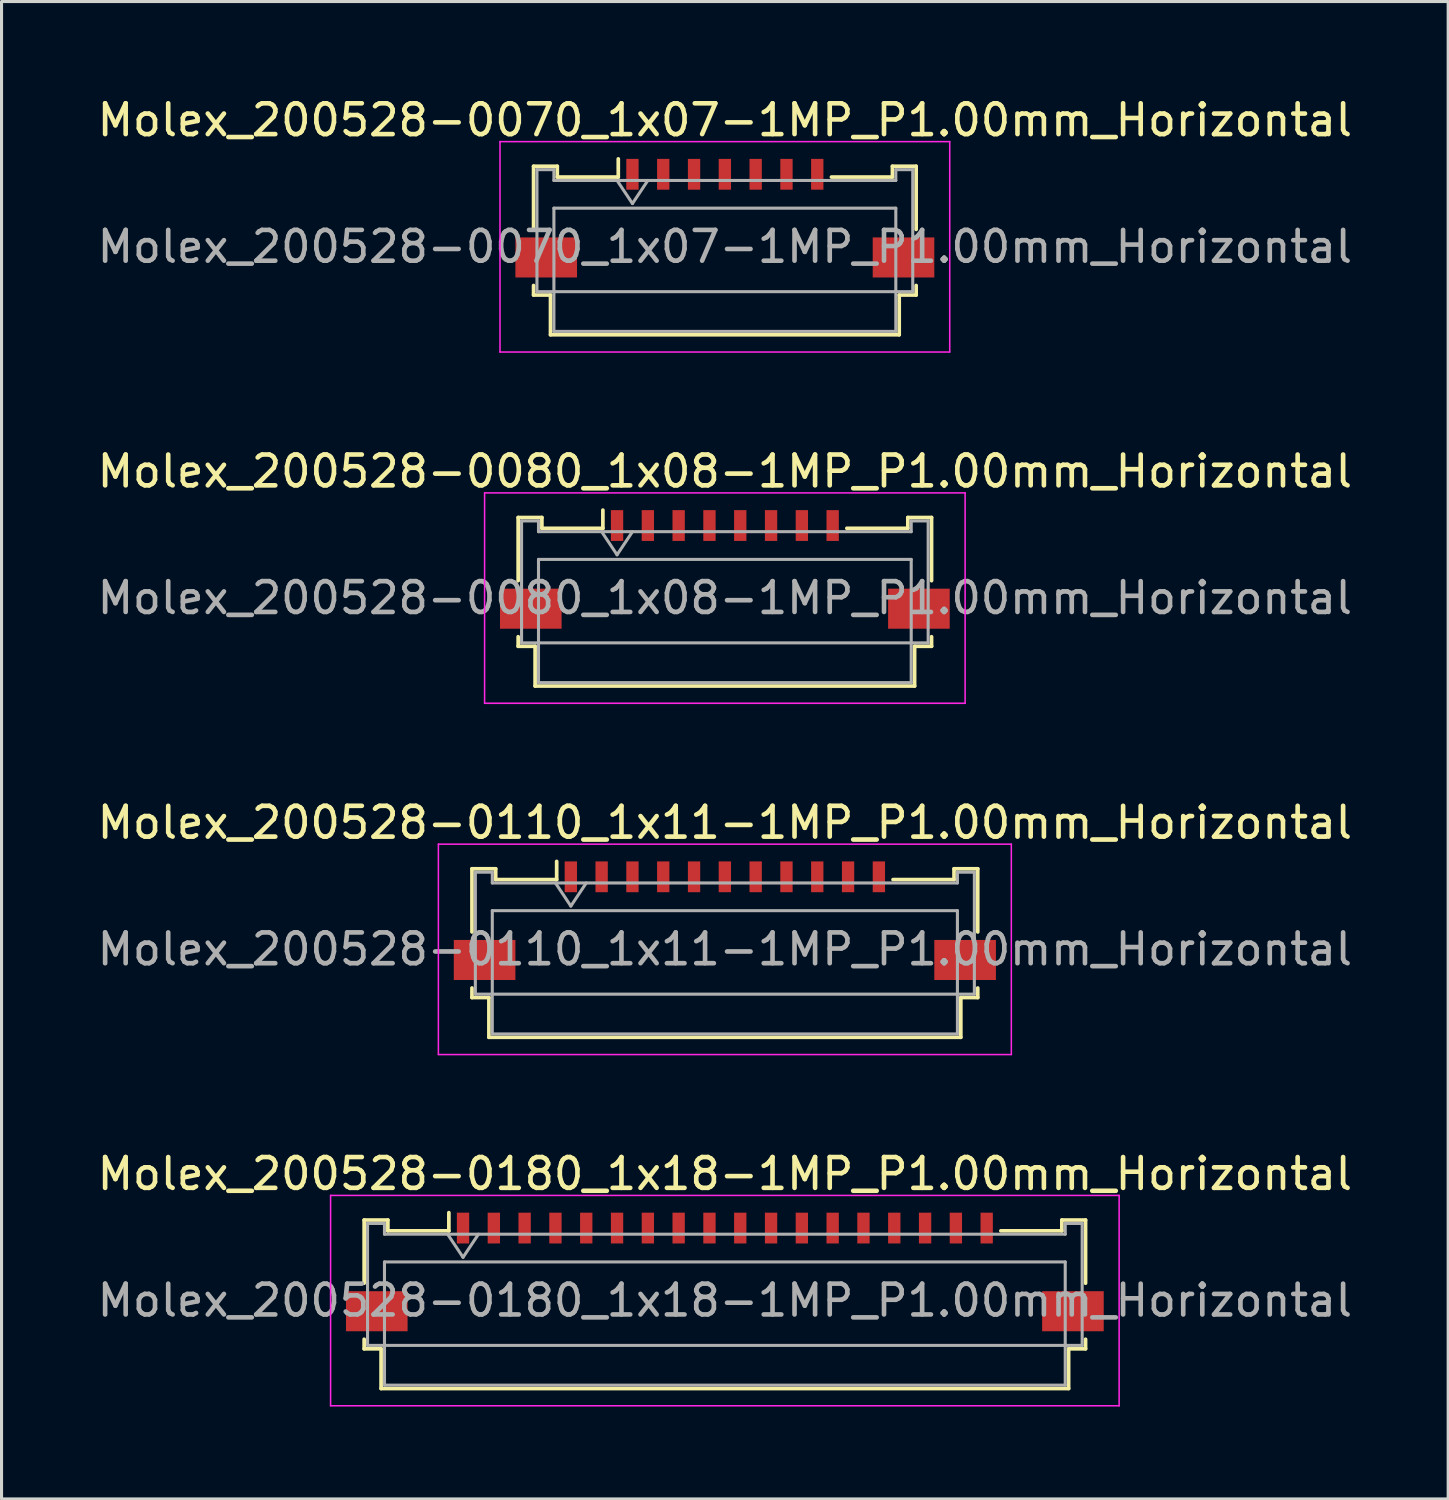
<source format=kicad_pcb>
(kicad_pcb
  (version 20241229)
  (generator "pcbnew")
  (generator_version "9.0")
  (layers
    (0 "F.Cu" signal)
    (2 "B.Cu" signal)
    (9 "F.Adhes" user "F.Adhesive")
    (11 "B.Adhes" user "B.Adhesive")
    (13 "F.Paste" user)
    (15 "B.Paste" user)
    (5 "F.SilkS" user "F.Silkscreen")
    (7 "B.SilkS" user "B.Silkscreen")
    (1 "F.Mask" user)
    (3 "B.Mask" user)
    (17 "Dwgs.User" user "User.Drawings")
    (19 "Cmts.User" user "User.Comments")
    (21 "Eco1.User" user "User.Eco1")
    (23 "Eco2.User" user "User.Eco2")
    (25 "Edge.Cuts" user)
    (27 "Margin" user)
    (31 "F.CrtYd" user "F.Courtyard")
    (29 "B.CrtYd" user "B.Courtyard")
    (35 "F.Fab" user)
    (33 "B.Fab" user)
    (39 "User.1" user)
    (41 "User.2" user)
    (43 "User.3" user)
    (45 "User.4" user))
  (footprint "Molex_200528-0080_1x08-1MP_P1.00mm_Horizontal"
    (layer "F.Cu")
    (at 20.482 14.921)
    (property "Reference" "Molex_200528-0080_1x08-1MP_P1.00mm_Horizontal" (at 0 -2.67 0) (layer "F.SilkS") (effects (font (size 1 1) (thickness 0.15))))
    (attr smd)
    (fp_line (start -6.71 -1.17) (end -6.71 0.88) (stroke (width 0.12) (type solid)) (layer "F.SilkS"))
    (fp_line (start -6.71 2.7) (end -6.71 3.01) (stroke (width 0.12) (type solid)) (layer "F.SilkS"))
    (fp_line (start -6.71 3.01) (end -6.16 3.01) (stroke (width 0.12) (type solid)) (layer "F.SilkS"))
    (fp_line (start -6.16 3.01) (end -6.16 4.3) (stroke (width 0.12) (type solid)) (layer "F.SilkS"))
    (fp_line (start -6.16 4.3) (end 6.16 4.3) (stroke (width 0.12) (type solid)) (layer "F.SilkS"))
    (fp_line (start -5.94 -1.17) (end -6.71 -1.17) (stroke (width 0.12) (type solid)) (layer "F.SilkS"))
    (fp_line (start -5.94 -0.82) (end -5.94 -1.17) (stroke (width 0.12) (type solid)) (layer "F.SilkS"))
    (fp_line (start -3.96 -1.41) (end -3.96 -0.82) (stroke (width 0.12) (type solid)) (layer "F.SilkS"))
    (fp_line (start -3.96 -0.82) (end -5.94 -0.82) (stroke (width 0.12) (type solid)) (layer "F.SilkS"))
    (fp_line (start 5.94 -1.17) (end 5.94 -0.82) (stroke (width 0.12) (type solid)) (layer "F.SilkS"))
    (fp_line (start 5.94 -0.82) (end 3.96 -0.82) (stroke (width 0.12) (type solid)) (layer "F.SilkS"))
    (fp_line (start 6.16 3.01) (end 6.71 3.01) (stroke (width 0.12) (type solid)) (layer "F.SilkS"))
    (fp_line (start 6.16 4.3) (end 6.16 3.01) (stroke (width 0.12) (type solid)) (layer "F.SilkS"))
    (fp_line (start 6.71 -1.17) (end 5.94 -1.17) (stroke (width 0.12) (type solid)) (layer "F.SilkS"))
    (fp_line (start 6.71 0.88) (end 6.71 -1.17) (stroke (width 0.12) (type solid)) (layer "F.SilkS"))
    (fp_line (start 6.71 3.01) (end 6.71 2.7) (stroke (width 0.12) (type solid)) (layer "F.SilkS"))
    (fp_line (start -7.8 -1.97) (end -7.8 4.86) (stroke (width 0.05) (type solid)) (layer "F.CrtYd"))
    (fp_line (start -7.8 4.86) (end 7.8 4.86) (stroke (width 0.05) (type solid)) (layer "F.CrtYd"))
    (fp_line (start 7.8 -1.97) (end -7.8 -1.97) (stroke (width 0.05) (type solid)) (layer "F.CrtYd"))
    (fp_line (start 7.8 4.86) (end 7.8 -1.97) (stroke (width 0.05) (type solid)) (layer "F.CrtYd"))
    (fp_line (start -6.6 -1.06) (end -6.6 2.9) (stroke (width 0.1) (type solid)) (layer "F.Fab"))
    (fp_line (start -6.6 2.9) (end 6.6 2.9) (stroke (width 0.1) (type solid)) (layer "F.Fab"))
    (fp_line (start -6.05 -1.06) (end -6.6 -1.06) (stroke (width 0.1) (type solid)) (layer "F.Fab"))
    (fp_line (start -6.05 -0.71) (end -6.05 -1.06) (stroke (width 0.1) (type solid)) (layer "F.Fab"))
    (fp_line (start -6.05 0.19) (end -6.05 4.19) (stroke (width 0.1) (type solid)) (layer "F.Fab"))
    (fp_line (start -6.05 4.19) (end 6.05 4.19) (stroke (width 0.1) (type solid)) (layer "F.Fab"))
    (fp_line (start -4 -0.71) (end -3.5 0.04) (stroke (width 0.1) (type solid)) (layer "F.Fab"))
    (fp_line (start -3.5 0.04) (end -3 -0.71) (stroke (width 0.1) (type solid)) (layer "F.Fab"))
    (fp_line (start 6.05 -1.06) (end 6.05 -0.71) (stroke (width 0.1) (type solid)) (layer "F.Fab"))
    (fp_line (start 6.05 -0.71) (end -6.05 -0.71) (stroke (width 0.1) (type solid)) (layer "F.Fab"))
    (fp_line (start 6.05 0.19) (end -6.05 0.19) (stroke (width 0.1) (type solid)) (layer "F.Fab"))
    (fp_line (start 6.05 4.19) (end 6.05 0.19) (stroke (width 0.1) (type solid)) (layer "F.Fab"))
    (fp_line (start 6.6 -1.06) (end 6.05 -1.06) (stroke (width 0.1) (type solid)) (layer "F.Fab"))
    (fp_line (start 6.6 2.9) (end 6.6 -1.06) (stroke (width 0.1) (type solid)) (layer "F.Fab"))
    (fp_text user "${REFERENCE}" (at 0 1.44 0) (layer "F.Fab") (effects (font (size 1 1) (thickness 0.15))))
    (pad "1" smd rect (at -3.5 -0.91) (size 0.4 1) (layers "F.Cu" "F.Mask" "F.Paste"))
    (pad "2" smd rect (at -2.5 -0.91) (size 0.4 1) (layers "F.Cu" "F.Mask" "F.Paste"))
    (pad "3" smd rect (at -1.5 -0.91) (size 0.4 1) (layers "F.Cu" "F.Mask" "F.Paste"))
    (pad "4" smd rect (at -0.5 -0.91) (size 0.4 1) (layers "F.Cu" "F.Mask" "F.Paste"))
    (pad "5" smd rect (at 0.5 -0.91) (size 0.4 1) (layers "F.Cu" "F.Mask" "F.Paste"))
    (pad "6" smd rect (at 1.5 -0.91) (size 0.4 1) (layers "F.Cu" "F.Mask" "F.Paste"))
    (pad "7" smd rect (at 2.5 -0.91) (size 0.4 1) (layers "F.Cu" "F.Mask" "F.Paste"))
    (pad "8" smd rect (at 3.5 -0.91) (size 0.4 1) (layers "F.Cu" "F.Mask" "F.Paste"))
    (pad "MP" smd rect (at -6.3 1.79) (size 2 1.3) (layers "F.Cu" "F.Mask" "F.Paste"))
    (pad "MP" smd rect (at 6.3 1.79) (size 2 1.3) (layers "F.Cu" "F.Mask" "F.Paste")))
  (footprint "Molex_200528-0070_1x07-1MP_P1.00mm_Horizontal"
    (layer "F.Cu")
    (at 20.482 3.518)
    (property "Reference" "Molex_200528-0070_1x07-1MP_P1.00mm_Horizontal" (at 0 -2.67 0) (layer "F.SilkS") (effects (font (size 1 1) (thickness 0.15))))
    (attr smd)
    (fp_line (start -6.21 -1.17) (end -6.21 0.88) (stroke (width 0.12) (type solid)) (layer "F.SilkS"))
    (fp_line (start -6.21 2.7) (end -6.21 3.01) (stroke (width 0.12) (type solid)) (layer "F.SilkS"))
    (fp_line (start -6.21 3.01) (end -5.66 3.01) (stroke (width 0.12) (type solid)) (layer "F.SilkS"))
    (fp_line (start -5.66 3.01) (end -5.66 4.3) (stroke (width 0.12) (type solid)) (layer "F.SilkS"))
    (fp_line (start -5.66 4.3) (end 5.66 4.3) (stroke (width 0.12) (type solid)) (layer "F.SilkS"))
    (fp_line (start -5.44 -1.17) (end -6.21 -1.17) (stroke (width 0.12) (type solid)) (layer "F.SilkS"))
    (fp_line (start -5.44 -0.82) (end -5.44 -1.17) (stroke (width 0.12) (type solid)) (layer "F.SilkS"))
    (fp_line (start -3.46 -1.41) (end -3.46 -0.82) (stroke (width 0.12) (type solid)) (layer "F.SilkS"))
    (fp_line (start -3.46 -0.82) (end -5.44 -0.82) (stroke (width 0.12) (type solid)) (layer "F.SilkS"))
    (fp_line (start 5.44 -1.17) (end 5.44 -0.82) (stroke (width 0.12) (type solid)) (layer "F.SilkS"))
    (fp_line (start 5.44 -0.82) (end 3.46 -0.82) (stroke (width 0.12) (type solid)) (layer "F.SilkS"))
    (fp_line (start 5.66 3.01) (end 6.21 3.01) (stroke (width 0.12) (type solid)) (layer "F.SilkS"))
    (fp_line (start 5.66 4.3) (end 5.66 3.01) (stroke (width 0.12) (type solid)) (layer "F.SilkS"))
    (fp_line (start 6.21 -1.17) (end 5.44 -1.17) (stroke (width 0.12) (type solid)) (layer "F.SilkS"))
    (fp_line (start 6.21 0.88) (end 6.21 -1.17) (stroke (width 0.12) (type solid)) (layer "F.SilkS"))
    (fp_line (start 6.21 3.01) (end 6.21 2.7) (stroke (width 0.12) (type solid)) (layer "F.SilkS"))
    (fp_line (start -7.3 -1.97) (end -7.3 4.86) (stroke (width 0.05) (type solid)) (layer "F.CrtYd"))
    (fp_line (start -7.3 4.86) (end 7.3 4.86) (stroke (width 0.05) (type solid)) (layer "F.CrtYd"))
    (fp_line (start 7.3 -1.97) (end -7.3 -1.97) (stroke (width 0.05) (type solid)) (layer "F.CrtYd"))
    (fp_line (start 7.3 4.86) (end 7.3 -1.97) (stroke (width 0.05) (type solid)) (layer "F.CrtYd"))
    (fp_line (start -6.1 -1.06) (end -6.1 2.9) (stroke (width 0.1) (type solid)) (layer "F.Fab"))
    (fp_line (start -6.1 2.9) (end 6.1 2.9) (stroke (width 0.1) (type solid)) (layer "F.Fab"))
    (fp_line (start -5.55 -1.06) (end -6.1 -1.06) (stroke (width 0.1) (type solid)) (layer "F.Fab"))
    (fp_line (start -5.55 -0.71) (end -5.55 -1.06) (stroke (width 0.1) (type solid)) (layer "F.Fab"))
    (fp_line (start -5.55 0.19) (end -5.55 4.19) (stroke (width 0.1) (type solid)) (layer "F.Fab"))
    (fp_line (start -5.55 4.19) (end 5.55 4.19) (stroke (width 0.1) (type solid)) (layer "F.Fab"))
    (fp_line (start -3.5 -0.71) (end -3 0.04) (stroke (width 0.1) (type solid)) (layer "F.Fab"))
    (fp_line (start -3 0.04) (end -2.5 -0.71) (stroke (width 0.1) (type solid)) (layer "F.Fab"))
    (fp_line (start 5.55 -1.06) (end 5.55 -0.71) (stroke (width 0.1) (type solid)) (layer "F.Fab"))
    (fp_line (start 5.55 -0.71) (end -5.55 -0.71) (stroke (width 0.1) (type solid)) (layer "F.Fab"))
    (fp_line (start 5.55 0.19) (end -5.55 0.19) (stroke (width 0.1) (type solid)) (layer "F.Fab"))
    (fp_line (start 5.55 4.19) (end 5.55 0.19) (stroke (width 0.1) (type solid)) (layer "F.Fab"))
    (fp_line (start 6.1 -1.06) (end 5.55 -1.06) (stroke (width 0.1) (type solid)) (layer "F.Fab"))
    (fp_line (start 6.1 2.9) (end 6.1 -1.06) (stroke (width 0.1) (type solid)) (layer "F.Fab"))
    (fp_text user "${REFERENCE}" (at 0 1.44 0) (layer "F.Fab") (effects (font (size 1 1) (thickness 0.15))))
    (pad "1" smd rect (at -3 -0.91) (size 0.4 1) (layers "F.Cu" "F.Mask" "F.Paste"))
    (pad "2" smd rect (at -2 -0.91) (size 0.4 1) (layers "F.Cu" "F.Mask" "F.Paste"))
    (pad "3" smd rect (at -1 -0.91) (size 0.4 1) (layers "F.Cu" "F.Mask" "F.Paste"))
    (pad "4" smd rect (at 0 -0.91) (size 0.4 1) (layers "F.Cu" "F.Mask" "F.Paste"))
    (pad "5" smd rect (at 1 -0.91) (size 0.4 1) (layers "F.Cu" "F.Mask" "F.Paste"))
    (pad "6" smd rect (at 2 -0.91) (size 0.4 1) (layers "F.Cu" "F.Mask" "F.Paste"))
    (pad "7" smd rect (at 3 -0.91) (size 0.4 1) (layers "F.Cu" "F.Mask" "F.Paste"))
    (pad "MP" smd rect (at -5.8 1.79) (size 2 1.3) (layers "F.Cu" "F.Mask" "F.Paste"))
    (pad "MP" smd rect (at 5.8 1.79) (size 2 1.3) (layers "F.Cu" "F.Mask" "F.Paste")))
  (footprint "Molex_200528-0180_1x18-1MP_P1.00mm_Horizontal"
    (layer "F.Cu")
    (at 20.482 37.728)
    (property "Reference" "Molex_200528-0180_1x18-1MP_P1.00mm_Horizontal" (at 0 -2.67 0) (layer "F.SilkS") (effects (font (size 1 1) (thickness 0.15))))
    (attr smd)
    (fp_line (start -11.71 -1.17) (end -11.71 0.88) (stroke (width 0.12) (type solid)) (layer "F.SilkS"))
    (fp_line (start -11.71 2.7) (end -11.71 3.01) (stroke (width 0.12) (type solid)) (layer "F.SilkS"))
    (fp_line (start -11.71 3.01) (end -11.16 3.01) (stroke (width 0.12) (type solid)) (layer "F.SilkS"))
    (fp_line (start -11.16 3.01) (end -11.16 4.3) (stroke (width 0.12) (type solid)) (layer "F.SilkS"))
    (fp_line (start -11.16 4.3) (end 11.16 4.3) (stroke (width 0.12) (type solid)) (layer "F.SilkS"))
    (fp_line (start -10.94 -1.17) (end -11.71 -1.17) (stroke (width 0.12) (type solid)) (layer "F.SilkS"))
    (fp_line (start -10.94 -0.82) (end -10.94 -1.17) (stroke (width 0.12) (type solid)) (layer "F.SilkS"))
    (fp_line (start -8.96 -1.41) (end -8.96 -0.82) (stroke (width 0.12) (type solid)) (layer "F.SilkS"))
    (fp_line (start -8.96 -0.82) (end -10.94 -0.82) (stroke (width 0.12) (type solid)) (layer "F.SilkS"))
    (fp_line (start 10.94 -1.17) (end 10.94 -0.82) (stroke (width 0.12) (type solid)) (layer "F.SilkS"))
    (fp_line (start 10.94 -0.82) (end 8.96 -0.82) (stroke (width 0.12) (type solid)) (layer "F.SilkS"))
    (fp_line (start 11.16 3.01) (end 11.71 3.01) (stroke (width 0.12) (type solid)) (layer "F.SilkS"))
    (fp_line (start 11.16 4.3) (end 11.16 3.01) (stroke (width 0.12) (type solid)) (layer "F.SilkS"))
    (fp_line (start 11.71 -1.17) (end 10.94 -1.17) (stroke (width 0.12) (type solid)) (layer "F.SilkS"))
    (fp_line (start 11.71 0.88) (end 11.71 -1.17) (stroke (width 0.12) (type solid)) (layer "F.SilkS"))
    (fp_line (start 11.71 3.01) (end 11.71 2.7) (stroke (width 0.12) (type solid)) (layer "F.SilkS"))
    (fp_line (start -12.8 -1.97) (end -12.8 4.86) (stroke (width 0.05) (type solid)) (layer "F.CrtYd"))
    (fp_line (start -12.8 4.86) (end 12.8 4.86) (stroke (width 0.05) (type solid)) (layer "F.CrtYd"))
    (fp_line (start 12.8 -1.97) (end -12.8 -1.97) (stroke (width 0.05) (type solid)) (layer "F.CrtYd"))
    (fp_line (start 12.8 4.86) (end 12.8 -1.97) (stroke (width 0.05) (type solid)) (layer "F.CrtYd"))
    (fp_line (start -11.6 -1.06) (end -11.6 2.9) (stroke (width 0.1) (type solid)) (layer "F.Fab"))
    (fp_line (start -11.6 2.9) (end 11.6 2.9) (stroke (width 0.1) (type solid)) (layer "F.Fab"))
    (fp_line (start -11.05 -1.06) (end -11.6 -1.06) (stroke (width 0.1) (type solid)) (layer "F.Fab"))
    (fp_line (start -11.05 -0.71) (end -11.05 -1.06) (stroke (width 0.1) (type solid)) (layer "F.Fab"))
    (fp_line (start -11.05 0.19) (end -11.05 4.19) (stroke (width 0.1) (type solid)) (layer "F.Fab"))
    (fp_line (start -11.05 4.19) (end 11.05 4.19) (stroke (width 0.1) (type solid)) (layer "F.Fab"))
    (fp_line (start -9 -0.71) (end -8.5 0.04) (stroke (width 0.1) (type solid)) (layer "F.Fab"))
    (fp_line (start -8.5 0.04) (end -8 -0.71) (stroke (width 0.1) (type solid)) (layer "F.Fab"))
    (fp_line (start 11.05 -1.06) (end 11.05 -0.71) (stroke (width 0.1) (type solid)) (layer "F.Fab"))
    (fp_line (start 11.05 -0.71) (end -11.05 -0.71) (stroke (width 0.1) (type solid)) (layer "F.Fab"))
    (fp_line (start 11.05 0.19) (end -11.05 0.19) (stroke (width 0.1) (type solid)) (layer "F.Fab"))
    (fp_line (start 11.05 4.19) (end 11.05 0.19) (stroke (width 0.1) (type solid)) (layer "F.Fab"))
    (fp_line (start 11.6 -1.06) (end 11.05 -1.06) (stroke (width 0.1) (type solid)) (layer "F.Fab"))
    (fp_line (start 11.6 2.9) (end 11.6 -1.06) (stroke (width 0.1) (type solid)) (layer "F.Fab"))
    (fp_text user "${REFERENCE}" (at 0 1.44 0) (layer "F.Fab") (effects (font (size 1 1) (thickness 0.15))))
    (pad "1" smd rect (at -8.5 -0.91) (size 0.4 1) (layers "F.Cu" "F.Mask" "F.Paste"))
    (pad "2" smd rect (at -7.5 -0.91) (size 0.4 1) (layers "F.Cu" "F.Mask" "F.Paste"))
    (pad "3" smd rect (at -6.5 -0.91) (size 0.4 1) (layers "F.Cu" "F.Mask" "F.Paste"))
    (pad "4" smd rect (at -5.5 -0.91) (size 0.4 1) (layers "F.Cu" "F.Mask" "F.Paste"))
    (pad "5" smd rect (at -4.5 -0.91) (size 0.4 1) (layers "F.Cu" "F.Mask" "F.Paste"))
    (pad "6" smd rect (at -3.5 -0.91) (size 0.4 1) (layers "F.Cu" "F.Mask" "F.Paste"))
    (pad "7" smd rect (at -2.5 -0.91) (size 0.4 1) (layers "F.Cu" "F.Mask" "F.Paste"))
    (pad "8" smd rect (at -1.5 -0.91) (size 0.4 1) (layers "F.Cu" "F.Mask" "F.Paste"))
    (pad "9" smd rect (at -0.5 -0.91) (size 0.4 1) (layers "F.Cu" "F.Mask" "F.Paste"))
    (pad "10" smd rect (at 0.5 -0.91) (size 0.4 1) (layers "F.Cu" "F.Mask" "F.Paste"))
    (pad "11" smd rect (at 1.5 -0.91) (size 0.4 1) (layers "F.Cu" "F.Mask" "F.Paste"))
    (pad "12" smd rect (at 2.5 -0.91) (size 0.4 1) (layers "F.Cu" "F.Mask" "F.Paste"))
    (pad "13" smd rect (at 3.5 -0.91) (size 0.4 1) (layers "F.Cu" "F.Mask" "F.Paste"))
    (pad "14" smd rect (at 4.5 -0.91) (size 0.4 1) (layers "F.Cu" "F.Mask" "F.Paste"))
    (pad "15" smd rect (at 5.5 -0.91) (size 0.4 1) (layers "F.Cu" "F.Mask" "F.Paste"))
    (pad "16" smd rect (at 6.5 -0.91) (size 0.4 1) (layers "F.Cu" "F.Mask" "F.Paste"))
    (pad "17" smd rect (at 7.5 -0.91) (size 0.4 1) (layers "F.Cu" "F.Mask" "F.Paste"))
    (pad "18" smd rect (at 8.5 -0.91) (size 0.4 1) (layers "F.Cu" "F.Mask" "F.Paste"))
    (pad "MP" smd rect (at -11.3 1.79) (size 2 1.3) (layers "F.Cu" "F.Mask" "F.Paste"))
    (pad "MP" smd rect (at 11.3 1.79) (size 2 1.3) (layers "F.Cu" "F.Mask" "F.Paste")))
  (footprint "Molex_200528-0110_1x11-1MP_P1.00mm_Horizontal"
    (layer "F.Cu")
    (at 20.482 26.325)
    (property "Reference" "Molex_200528-0110_1x11-1MP_P1.00mm_Horizontal" (at 0 -2.67 0) (layer "F.SilkS") (effects (font (size 1 1) (thickness 0.15))))
    (attr smd)
    (fp_line (start -8.21 -1.17) (end -8.21 0.88) (stroke (width 0.12) (type solid)) (layer "F.SilkS"))
    (fp_line (start -8.21 2.7) (end -8.21 3.01) (stroke (width 0.12) (type solid)) (layer "F.SilkS"))
    (fp_line (start -8.21 3.01) (end -7.66 3.01) (stroke (width 0.12) (type solid)) (layer "F.SilkS"))
    (fp_line (start -7.66 3.01) (end -7.66 4.3) (stroke (width 0.12) (type solid)) (layer "F.SilkS"))
    (fp_line (start -7.66 4.3) (end 7.66 4.3) (stroke (width 0.12) (type solid)) (layer "F.SilkS"))
    (fp_line (start -7.44 -1.17) (end -8.21 -1.17) (stroke (width 0.12) (type solid)) (layer "F.SilkS"))
    (fp_line (start -7.44 -0.82) (end -7.44 -1.17) (stroke (width 0.12) (type solid)) (layer "F.SilkS"))
    (fp_line (start -5.46 -1.41) (end -5.46 -0.82) (stroke (width 0.12) (type solid)) (layer "F.SilkS"))
    (fp_line (start -5.46 -0.82) (end -7.44 -0.82) (stroke (width 0.12) (type solid)) (layer "F.SilkS"))
    (fp_line (start 7.44 -1.17) (end 7.44 -0.82) (stroke (width 0.12) (type solid)) (layer "F.SilkS"))
    (fp_line (start 7.44 -0.82) (end 5.46 -0.82) (stroke (width 0.12) (type solid)) (layer "F.SilkS"))
    (fp_line (start 7.66 3.01) (end 8.21 3.01) (stroke (width 0.12) (type solid)) (layer "F.SilkS"))
    (fp_line (start 7.66 4.3) (end 7.66 3.01) (stroke (width 0.12) (type solid)) (layer "F.SilkS"))
    (fp_line (start 8.21 -1.17) (end 7.44 -1.17) (stroke (width 0.12) (type solid)) (layer "F.SilkS"))
    (fp_line (start 8.21 0.88) (end 8.21 -1.17) (stroke (width 0.12) (type solid)) (layer "F.SilkS"))
    (fp_line (start 8.21 3.01) (end 8.21 2.7) (stroke (width 0.12) (type solid)) (layer "F.SilkS"))
    (fp_line (start -9.3 -1.97) (end -9.3 4.86) (stroke (width 0.05) (type solid)) (layer "F.CrtYd"))
    (fp_line (start -9.3 4.86) (end 9.3 4.86) (stroke (width 0.05) (type solid)) (layer "F.CrtYd"))
    (fp_line (start 9.3 -1.97) (end -9.3 -1.97) (stroke (width 0.05) (type solid)) (layer "F.CrtYd"))
    (fp_line (start 9.3 4.86) (end 9.3 -1.97) (stroke (width 0.05) (type solid)) (layer "F.CrtYd"))
    (fp_line (start -8.1 -1.06) (end -8.1 2.9) (stroke (width 0.1) (type solid)) (layer "F.Fab"))
    (fp_line (start -8.1 2.9) (end 8.1 2.9) (stroke (width 0.1) (type solid)) (layer "F.Fab"))
    (fp_line (start -7.55 -1.06) (end -8.1 -1.06) (stroke (width 0.1) (type solid)) (layer "F.Fab"))
    (fp_line (start -7.55 -0.71) (end -7.55 -1.06) (stroke (width 0.1) (type solid)) (layer "F.Fab"))
    (fp_line (start -7.55 0.19) (end -7.55 4.19) (stroke (width 0.1) (type solid)) (layer "F.Fab"))
    (fp_line (start -7.55 4.19) (end 7.55 4.19) (stroke (width 0.1) (type solid)) (layer "F.Fab"))
    (fp_line (start -5.5 -0.71) (end -5 0.04) (stroke (width 0.1) (type solid)) (layer "F.Fab"))
    (fp_line (start -5 0.04) (end -4.5 -0.71) (stroke (width 0.1) (type solid)) (layer "F.Fab"))
    (fp_line (start 7.55 -1.06) (end 7.55 -0.71) (stroke (width 0.1) (type solid)) (layer "F.Fab"))
    (fp_line (start 7.55 -0.71) (end -7.55 -0.71) (stroke (width 0.1) (type solid)) (layer "F.Fab"))
    (fp_line (start 7.55 0.19) (end -7.55 0.19) (stroke (width 0.1) (type solid)) (layer "F.Fab"))
    (fp_line (start 7.55 4.19) (end 7.55 0.19) (stroke (width 0.1) (type solid)) (layer "F.Fab"))
    (fp_line (start 8.1 -1.06) (end 7.55 -1.06) (stroke (width 0.1) (type solid)) (layer "F.Fab"))
    (fp_line (start 8.1 2.9) (end 8.1 -1.06) (stroke (width 0.1) (type solid)) (layer "F.Fab"))
    (fp_text user "${REFERENCE}" (at 0 1.44 0) (layer "F.Fab") (effects (font (size 1 1) (thickness 0.15))))
    (pad "1" smd rect (at -5 -0.91) (size 0.4 1) (layers "F.Cu" "F.Mask" "F.Paste"))
    (pad "2" smd rect (at -4 -0.91) (size 0.4 1) (layers "F.Cu" "F.Mask" "F.Paste"))
    (pad "3" smd rect (at -3 -0.91) (size 0.4 1) (layers "F.Cu" "F.Mask" "F.Paste"))
    (pad "4" smd rect (at -2 -0.91) (size 0.4 1) (layers "F.Cu" "F.Mask" "F.Paste"))
    (pad "5" smd rect (at -1 -0.91) (size 0.4 1) (layers "F.Cu" "F.Mask" "F.Paste"))
    (pad "6" smd rect (at 0 -0.91) (size 0.4 1) (layers "F.Cu" "F.Mask" "F.Paste"))
    (pad "7" smd rect (at 1 -0.91) (size 0.4 1) (layers "F.Cu" "F.Mask" "F.Paste"))
    (pad "8" smd rect (at 2 -0.91) (size 0.4 1) (layers "F.Cu" "F.Mask" "F.Paste"))
    (pad "9" smd rect (at 3 -0.91) (size 0.4 1) (layers "F.Cu" "F.Mask" "F.Paste"))
    (pad "10" smd rect (at 4 -0.91) (size 0.4 1) (layers "F.Cu" "F.Mask" "F.Paste"))
    (pad "11" smd rect (at 5 -0.91) (size 0.4 1) (layers "F.Cu" "F.Mask" "F.Paste"))
    (pad "MP" smd rect (at -7.8 1.79) (size 2 1.3) (layers "F.Cu" "F.Mask" "F.Paste"))
    (pad "MP" smd rect (at 7.8 1.79) (size 2 1.3) (layers "F.Cu" "F.Mask" "F.Paste")))
  (gr_rect
    (start -3 -3)
    (end 43.964 45.613)
    (stroke (width 0.1) (type default))
    (fill no)
    (layer "Edge.Cuts")))
</source>
